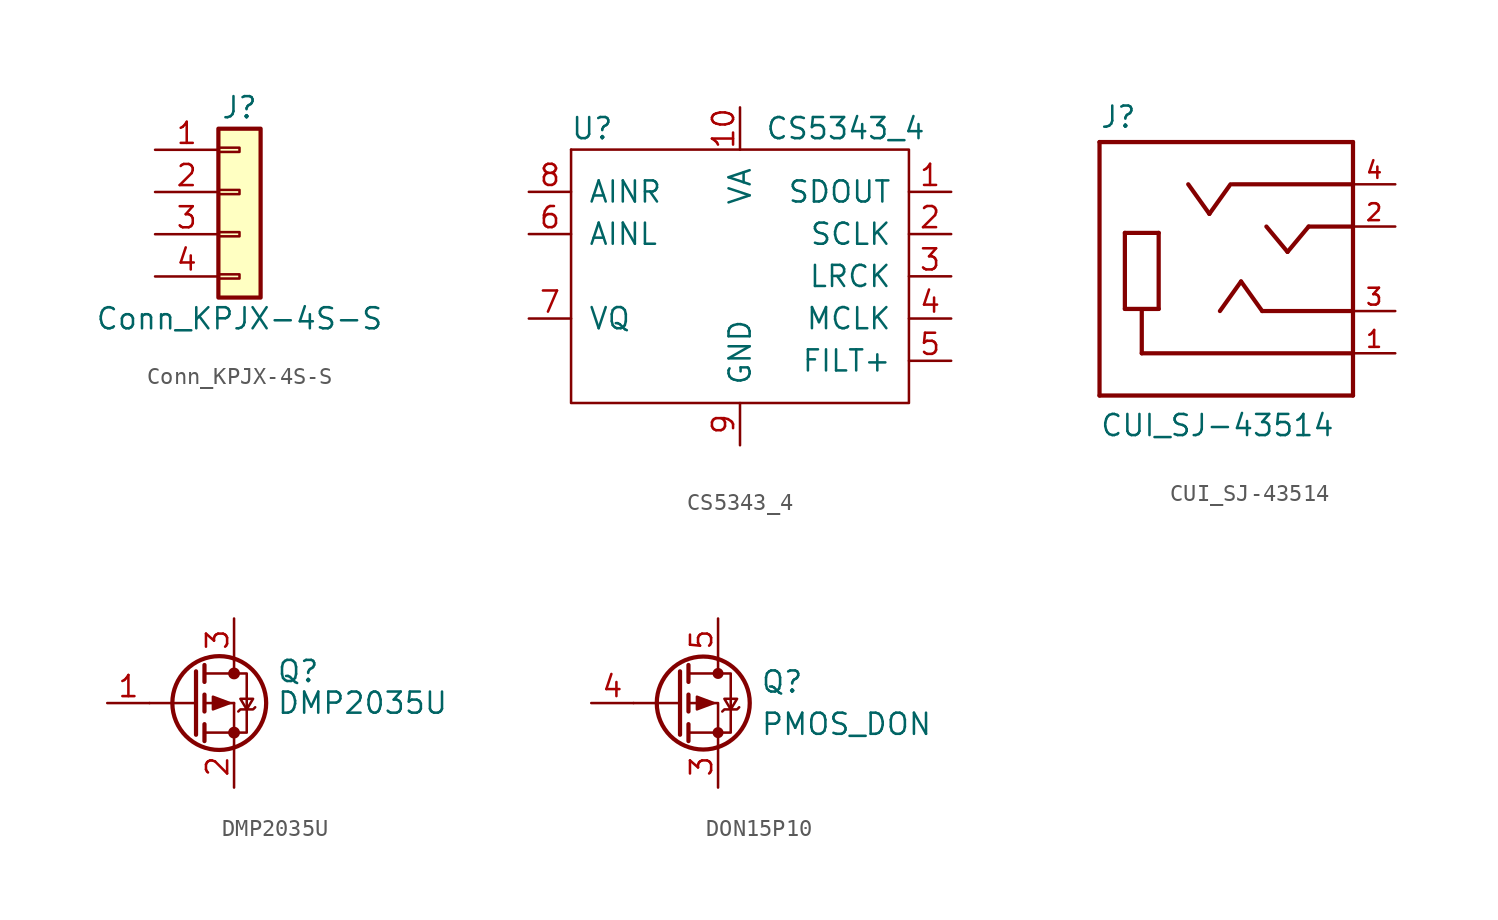
<source format=kicad_sym>
(kicad_symbol_lib
  (version 20220914)
  (generator kicad_symbol_editor)
  (symbol "Conn_KPJX-4S-S"
    (pin_names
      (offset 1.016) hide)
    (property "Reference" "J"
      (at 0 5.08 0)
      (effects (font (size 1.27 1.27))))
    (property "Value" "Conn_KPJX-4S-S"
      (at 0 -7.62 0)
      (effects (font (size 1.27 1.27))))
    (symbol "Conn_KPJX-4S-S_1_1"
      (rectangle (start -1.27 -4.953) (end 0 -5.207) (stroke (width 0.152) (type default)) (fill (type none)))
      (rectangle (start -1.27 -2.413) (end 0 -2.667) (stroke (width 0.152) (type default)) (fill (type none)))
      (rectangle (start -1.27 0.127) (end 0 -0.127) (stroke (width 0.152) (type default)) (fill (type none)))
      (rectangle (start -1.27 2.667) (end 0 2.413) (stroke (width 0.152) (type default)) (fill (type none)))
      (rectangle (start -1.27 3.81) (end 1.27 -6.35) (stroke (width 0.254) (type default)) (fill (type background)))
      (pin passive line (at -5.08 2.54 0) (length 3.81) (name "Pin_1" (effects (font (size 1.27 1.27)))) (number "1" (effects (font (size 1.27 1.27)))))
      (pin passive line (at -5.08 0 0) (length 3.81) (name "Pin_2" (effects (font (size 1.27 1.27)))) (number "2" (effects (font (size 1.27 1.27)))))
      (pin passive line (at -5.08 -2.54 0) (length 3.81) (name "Pin_3" (effects (font (size 1.27 1.27)))) (number "3" (effects (font (size 1.27 1.27)))))
      (pin passive line (at -5.08 -5.08 0) (length 3.81) (name "Pin_4" (effects (font (size 1.27 1.27)))) (number "4" (effects (font (size 1.27 1.27)))))))
  (symbol "CS5343_4"
    (pin_names
      (offset 1.016))
    (property "Reference" "U"
      (at -8.89 8.89 0)
      (effects (font (size 1.27 1.27))))
    (property "Value" "CS5343_4"
      (at 6.35 8.89 0)
      (effects (font (size 1.27 1.27))))
    (symbol "CS5343_4_0_1"
      (polyline (pts (xy -10.16 7.62) (xy 0 7.62)) (stroke (width 0) (type default)) (fill (type none)))
      (polyline (pts (xy -10.16 7.62) (xy -10.16 -7.62) (xy 10.16 -7.62) (xy 10.16 7.62) (xy 0 7.62)) (stroke (width 0) (type default)) (fill (type none))))
    (symbol "CS5343_4_1_1"
      (pin input line (at 12.7 5.08 180) (length 2.54) (name "SDOUT" (effects (font (size 1.27 1.27)))) (number "1" (effects (font (size 1.27 1.27)))))
      (pin input line (at 0 10.16 270) (length 2.54) (name "VA" (effects (font (size 1.27 1.27)))) (number "10" (effects (font (size 1.27 1.27)))))
      (pin input line (at 12.7 2.54 180) (length 2.54) (name "SCLK" (effects (font (size 1.27 1.27)))) (number "2" (effects (font (size 1.27 1.27)))))
      (pin input line (at 12.7 0 180) (length 2.54) (name "LRCK" (effects (font (size 1.27 1.27)))) (number "3" (effects (font (size 1.27 1.27)))))
      (pin input line (at 12.7 -2.54 180) (length 2.54) (name "MCLK" (effects (font (size 1.27 1.27)))) (number "4" (effects (font (size 1.27 1.27)))))
      (pin input line (at 12.7 -5.08 180) (length 2.54) (name "FILT+" (effects (font (size 1.27 1.27)))) (number "5" (effects (font (size 1.27 1.27)))))
      (pin input line (at -12.7 2.54 0) (length 2.54) (name "AINL" (effects (font (size 1.27 1.27)))) (number "6" (effects (font (size 1.27 1.27)))))
      (pin input line (at -12.7 -2.54 0) (length 2.54) (name "VQ" (effects (font (size 1.27 1.27)))) (number "7" (effects (font (size 1.27 1.27)))))
      (pin input line (at -12.7 5.08 0) (length 2.54) (name "AINR" (effects (font (size 1.27 1.27)))) (number "8" (effects (font (size 1.27 1.27)))))
      (pin input line (at 0 -10.16 90) (length 2.54) (name "GND" (effects (font (size 1.27 1.27)))) (number "9" (effects (font (size 1.27 1.27)))))))
  (symbol "CUI_SJ-43514"
    (pin_names
      (offset 1.016) hide)
    (property "Reference" "J"
      (at -7.62 8.382 0)
      (effects (font (size 1.27 1.27)) (justify left bottom)))
    (property "Value" "CUI_SJ-43514"
      (at -7.62 -10.16 0)
      (effects (font (size 1.27 1.27)) (justify left bottom)))
    (symbol "CUI_SJ-43514_0_0"
      (polyline (pts (xy -7.62 -7.62) (xy -7.62 7.62)) (stroke (width 0.254) (type default)) (fill (type none)))
      (polyline (pts (xy -7.62 7.62) (xy 7.62 7.62)) (stroke (width 0.254) (type default)) (fill (type none)))
      (polyline (pts (xy -6.096 -2.413) (xy -4.064 -2.413)) (stroke (width 0.254) (type default)) (fill (type none)))
      (polyline (pts (xy -6.096 2.159) (xy -6.096 -2.413)) (stroke (width 0.254) (type default)) (fill (type none)))
      (polyline (pts (xy -5.08 -5.08) (xy 7.62 -5.08)) (stroke (width 0.254) (type default)) (fill (type none)))
      (polyline (pts (xy -5.08 -2.54) (xy -5.08 -5.08)) (stroke (width 0.254) (type default)) (fill (type none)))
      (polyline (pts (xy -4.064 -2.413) (xy -4.064 2.159)) (stroke (width 0.254) (type default)) (fill (type none)))
      (polyline (pts (xy -4.064 2.159) (xy -6.096 2.159)) (stroke (width 0.254) (type default)) (fill (type none)))
      (polyline (pts (xy -2.286 5.08) (xy -1.016 3.302)) (stroke (width 0.254) (type default)) (fill (type none)))
      (polyline (pts (xy -1.016 3.302) (xy 0.254 5.08)) (stroke (width 0.254) (type default)) (fill (type none)))
      (polyline (pts (xy -0.381 -2.54) (xy 0.889 -0.762)) (stroke (width 0.254) (type default)) (fill (type none)))
      (polyline (pts (xy 0.381 5.08) (xy 7.62 5.08)) (stroke (width 0.254) (type default)) (fill (type none)))
      (polyline (pts (xy 0.889 -0.762) (xy 2.159 -2.54)) (stroke (width 0.254) (type default)) (fill (type none)))
      (polyline (pts (xy 2.159 -2.54) (xy 7.62 -2.54)) (stroke (width 0.254) (type default)) (fill (type none)))
      (polyline (pts (xy 2.413 2.54) (xy 3.683 1.016)) (stroke (width 0.254) (type default)) (fill (type none)))
      (polyline (pts (xy 3.683 1.016) (xy 4.953 2.54)) (stroke (width 0.254) (type default)) (fill (type none)))
      (polyline (pts (xy 4.953 2.54) (xy 7.62 2.54)) (stroke (width 0.254) (type default)) (fill (type none)))
      (polyline (pts (xy 7.62 -7.62) (xy -7.62 -7.62)) (stroke (width 0.254) (type default)) (fill (type none)))
      (polyline (pts (xy 7.62 -5.08) (xy 7.62 -7.62)) (stroke (width 0.254) (type default)) (fill (type none)))
      (polyline (pts (xy 7.62 -2.54) (xy 7.62 -5.08)) (stroke (width 0.254) (type default)) (fill (type none)))
      (polyline (pts (xy 7.62 2.54) (xy 7.62 -2.54)) (stroke (width 0.254) (type default)) (fill (type none)))
      (polyline (pts (xy 7.62 5.08) (xy 7.62 2.54)) (stroke (width 0.254) (type default)) (fill (type none)))
      (polyline (pts (xy 7.62 7.62) (xy 7.62 5.08)) (stroke (width 0.254) (type default)) (fill (type none)))
      (pin passive line (at 10.16 -5.08 180) (length 2.54) (name "~" (effects (font (size 1.016 1.016)))) (number "1" (effects (font (size 1.016 1.016)))))
      (pin passive line (at 10.16 2.54 180) (length 2.54) (name "~" (effects (font (size 1.016 1.016)))) (number "2" (effects (font (size 1.016 1.016)))))
      (pin passive line (at 10.16 -2.54 180) (length 2.54) (name "~" (effects (font (size 1.016 1.016)))) (number "3" (effects (font (size 1.016 1.016)))))
      (pin passive line (at 10.16 5.08 180) (length 2.54) (name "~" (effects (font (size 1.016 1.016)))) (number "4" (effects (font (size 1.016 1.016)))))))
  (symbol "DMP2035U"
    (pin_names
      (offset 0) hide)
    (property "Reference" "Q"
      (at 5.08 1.905 0)
      (effects (font (size 1.27 1.27)) (justify left)))
    (property "Value" "DMP2035U"
      (at 5.08 0 0)
      (effects (font (size 1.27 1.27)) (justify left)))
    (symbol "DMP2035U_0_1"
      (polyline (pts (xy -2.54 0) (xy 0.254 0)) (stroke (width 0) (type default)) (fill (type none)))
      (polyline (pts (xy 0.762 -1.778) (xy 2.54 -1.778)) (stroke (width 0) (type default)) (fill (type none)))
      (polyline (pts (xy 0.762 -1.27) (xy 0.762 -2.286)) (stroke (width 0.254) (type default)) (fill (type none)))
      (polyline (pts (xy 0.762 0) (xy 2.54 0)) (stroke (width 0) (type default)) (fill (type none)))
      (polyline (pts (xy 0.762 0.508) (xy 0.762 -0.508)) (stroke (width 0.254) (type default)) (fill (type none)))
      (polyline (pts (xy 0.762 1.778) (xy 2.54 1.778)) (stroke (width 0) (type default)) (fill (type none)))
      (polyline (pts (xy 0.762 2.286) (xy 0.762 1.27)) (stroke (width 0.254) (type default)) (fill (type none)))
      (polyline (pts (xy 2.54 -1.778) (xy 2.54 -2.54)) (stroke (width 0) (type default)) (fill (type none)))
      (polyline (pts (xy 2.54 -1.778) (xy 2.54 0)) (stroke (width 0) (type default)) (fill (type none)))
      (polyline (pts (xy 2.54 2.54) (xy 2.54 1.778)) (stroke (width 0) (type default)) (fill (type none)))
      (polyline (pts (xy 0.254 1.905) (xy 0.254 -1.905) (xy 0.254 -1.905)) (stroke (width 0.254) (type default)) (fill (type none)))
      (polyline (pts (xy 2.286 0) (xy 1.27 -0.381) (xy 1.27 0.381) (xy 2.286 0)) (stroke (width 0) (type default)) (fill (type outline)))
      (polyline (pts (xy 2.54 -1.778) (xy 3.302 -1.778) (xy 3.302 1.778) (xy 2.54 1.778)) (stroke (width 0) (type default)) (fill (type none)))
      (polyline (pts (xy 2.794 -0.508) (xy 2.921 -0.381) (xy 3.683 -0.381) (xy 3.81 -0.254)) (stroke (width 0) (type default)) (fill (type none)))
      (polyline (pts (xy 3.302 -0.381) (xy 2.921 0.254) (xy 3.683 0.254) (xy 3.302 -0.381)) (stroke (width 0) (type default)) (fill (type none)))
      (circle (center 1.651 0) (radius 2.819) (stroke (width 0.254) (type default)) (fill (type none)))
      (circle (center 2.54 -1.778) (radius 0.279) (stroke (width 0) (type default)) (fill (type outline)))
      (circle (center 2.54 1.778) (radius 0.279) (stroke (width 0) (type default)) (fill (type outline))))
    (symbol "DMP2035U_1_1"
      (pin input line (at -5.08 0 0) (length 2.54) (name "G" (effects (font (size 1.27 1.27)))) (number "1" (effects (font (size 1.27 1.27)))))
      (pin passive line (at 2.54 -5.08 90) (length 2.54) (name "S" (effects (font (size 1.27 1.27)))) (number "2" (effects (font (size 1.27 1.27)))))
      (pin passive line (at 2.54 5.08 270) (length 2.54) (name "D" (effects (font (size 1.27 1.27)))) (number "3" (effects (font (size 1.27 1.27)))))))
  (symbol "DON15P10"
    (pin_names
      (offset 0) hide)
    (property "Reference" "Q"
      (at 5.08 1.27 0)
      (effects (font (size 1.27 1.27)) (justify left)))
    (property "Value" "PMOS_DON"
      (at 5.08 -1.27 0)
      (effects (font (size 1.27 1.27)) (justify left)))
    (symbol "DON15P10_0_1"
      (polyline (pts (xy 0.254 0) (xy -2.54 0)) (stroke (width 0) (type default)) (fill (type none)))
      (polyline (pts (xy 0.254 1.905) (xy 0.254 -1.905)) (stroke (width 0.254) (type default)) (fill (type none)))
      (polyline (pts (xy 0.762 -1.27) (xy 0.762 -2.286)) (stroke (width 0.254) (type default)) (fill (type none)))
      (polyline (pts (xy 0.762 0.508) (xy 0.762 -0.508)) (stroke (width 0.254) (type default)) (fill (type none)))
      (polyline (pts (xy 0.762 2.286) (xy 0.762 1.27)) (stroke (width 0.254) (type default)) (fill (type none)))
      (polyline (pts (xy 2.54 2.54) (xy 2.54 1.778)) (stroke (width 0) (type default)) (fill (type none)))
      (polyline (pts (xy 2.54 -2.54) (xy 2.54 0) (xy 0.762 0)) (stroke (width 0) (type default)) (fill (type none)))
      (polyline (pts (xy 0.762 1.778) (xy 3.302 1.778) (xy 3.302 -1.778) (xy 0.762 -1.778)) (stroke (width 0) (type default)) (fill (type none)))
      (polyline (pts (xy 2.286 0) (xy 1.27 0.381) (xy 1.27 -0.381) (xy 2.286 0)) (stroke (width 0) (type default)) (fill (type outline)))
      (polyline (pts (xy 2.794 -0.508) (xy 2.921 -0.381) (xy 3.683 -0.381) (xy 3.81 -0.254)) (stroke (width 0) (type default)) (fill (type none)))
      (polyline (pts (xy 3.302 -0.381) (xy 2.921 0.254) (xy 3.683 0.254) (xy 3.302 -0.381)) (stroke (width 0) (type default)) (fill (type none)))
      (circle (center 1.651 0) (radius 2.794) (stroke (width 0.254) (type default)) (fill (type none)))
      (circle (center 2.54 -1.778) (radius 0.254) (stroke (width 0) (type default)) (fill (type outline)))
      (circle (center 2.54 1.778) (radius 0.254) (stroke (width 0) (type default)) (fill (type outline))))
    (symbol "DON15P10_1_1"
      (pin passive line (at 2.54 -5.08 90) (length 2.54) hide (name "S" (effects (font (size 1.27 1.27)))) (number "1" (effects (font (size 1.27 1.27)))))
      (pin passive line (at 2.54 -5.08 90) (length 2.54) hide (name "S" (effects (font (size 1.27 1.27)))) (number "2" (effects (font (size 1.27 1.27)))))
      (pin passive line (at 2.54 -5.08 90) (length 2.54) (name "S" (effects (font (size 1.27 1.27)))) (number "3" (effects (font (size 1.27 1.27)))))
      (pin input line (at -5.08 0 0) (length 2.54) (name "G" (effects (font (size 1.27 1.27)))) (number "4" (effects (font (size 1.27 1.27)))))
      (pin passive line (at 2.54 5.08 270) (length 2.54) (name "D" (effects (font (size 1.27 1.27)))) (number "5" (effects (font (size 1.27 1.27)))))
      (pin passive line (at 2.54 5.08 270) (length 2.54) hide (name "D" (effects (font (size 1.27 1.27)))) (number "6" (effects (font (size 1.27 1.27)))))
      (pin passive line (at 2.54 5.08 270) (length 2.54) hide (name "D" (effects (font (size 1.27 1.27)))) (number "7" (effects (font (size 1.27 1.27)))))
      (pin passive line (at 2.54 5.08 270) (length 2.54) hide (name "D" (effects (font (size 1.27 1.27)))) (number "8" (effects (font (size 1.27 1.27)))))
      (pin passive line (at 2.54 5.08 270) (length 2.54) hide (name "D" (effects (font (size 1.27 1.27)))) (number "9" (effects (font (size 1.27 1.27))))))))
</source>
